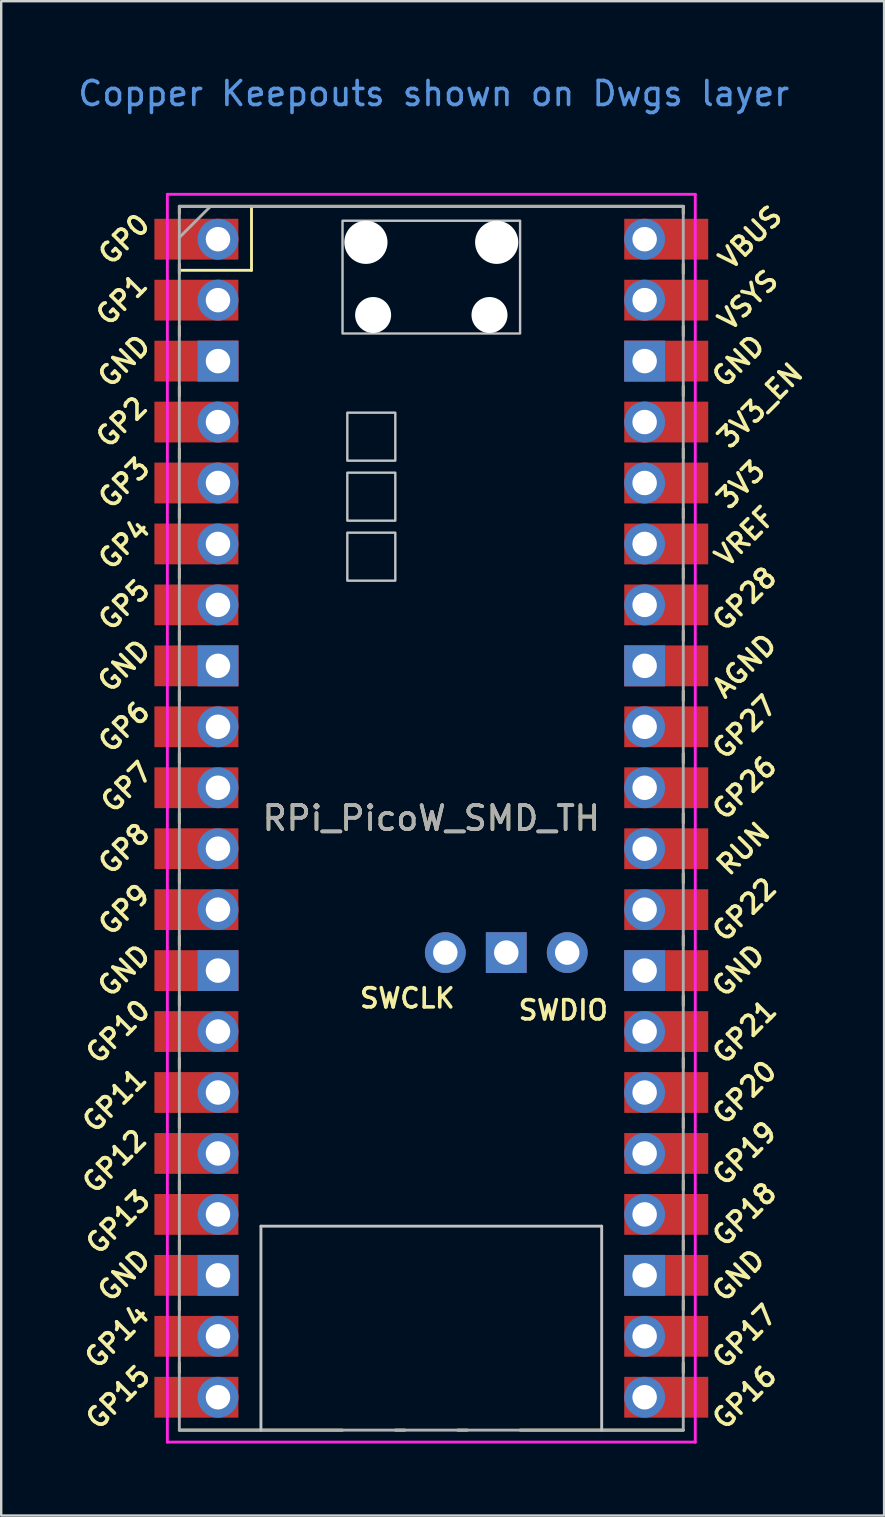
<source format=kicad_pcb>
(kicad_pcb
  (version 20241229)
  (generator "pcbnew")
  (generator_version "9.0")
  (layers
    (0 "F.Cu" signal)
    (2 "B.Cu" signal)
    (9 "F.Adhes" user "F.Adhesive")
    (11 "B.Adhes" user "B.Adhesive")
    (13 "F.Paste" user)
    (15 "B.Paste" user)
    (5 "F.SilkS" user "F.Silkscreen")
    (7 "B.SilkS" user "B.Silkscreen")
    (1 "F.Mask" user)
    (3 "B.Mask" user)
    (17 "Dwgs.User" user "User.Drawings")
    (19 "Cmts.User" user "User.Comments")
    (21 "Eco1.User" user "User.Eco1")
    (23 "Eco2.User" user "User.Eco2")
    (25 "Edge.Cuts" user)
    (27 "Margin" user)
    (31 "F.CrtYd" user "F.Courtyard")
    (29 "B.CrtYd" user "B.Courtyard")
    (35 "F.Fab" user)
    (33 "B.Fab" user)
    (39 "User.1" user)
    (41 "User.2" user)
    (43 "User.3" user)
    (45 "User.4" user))
  (footprint "RPi_PicoW_SMD_TH"
    (layer "F.Cu")
    (at 14.924 31.048)
    (property "Reference" "RPi_PicoW_SMD_TH" (at 0 0 0) (layer "F.SilkS") (effects (font (size 1 1) (thickness 0.15))))
    (attr through_hole)
    (fp_line (start -10.5 -25.5) (end -10.5 -25.2) (stroke (width 0.12) (type solid)) (layer "F.SilkS"))
    (fp_line (start -10.5 -25.5) (end 10.5 -25.5) (stroke (width 0.12) (type solid)) (layer "F.SilkS"))
    (fp_line (start -10.5 -23.1) (end -10.5 -22.7) (stroke (width 0.12) (type solid)) (layer "F.SilkS"))
    (fp_line (start -10.5 -22.833) (end -7.493 -22.833) (stroke (width 0.12) (type solid)) (layer "F.SilkS"))
    (fp_line (start -10.5 -20.5) (end -10.5 -20.1) (stroke (width 0.12) (type solid)) (layer "F.SilkS"))
    (fp_line (start -10.5 -18) (end -10.5 -17.6) (stroke (width 0.12) (type solid)) (layer "F.SilkS"))
    (fp_line (start -10.5 -15.4) (end -10.5 -15) (stroke (width 0.12) (type solid)) (layer "F.SilkS"))
    (fp_line (start -10.5 -12.9) (end -10.5 -12.5) (stroke (width 0.12) (type solid)) (layer "F.SilkS"))
    (fp_line (start -10.5 -10.4) (end -10.5 -10) (stroke (width 0.12) (type solid)) (layer "F.SilkS"))
    (fp_line (start -10.5 -7.8) (end -10.5 -7.4) (stroke (width 0.12) (type solid)) (layer "F.SilkS"))
    (fp_line (start -10.5 -5.3) (end -10.5 -4.9) (stroke (width 0.12) (type solid)) (layer "F.SilkS"))
    (fp_line (start -10.5 -2.7) (end -10.5 -2.3) (stroke (width 0.12) (type solid)) (layer "F.SilkS"))
    (fp_line (start -10.5 -0.2) (end -10.5 0.2) (stroke (width 0.12) (type solid)) (layer "F.SilkS"))
    (fp_line (start -10.5 2.3) (end -10.5 2.7) (stroke (width 0.12) (type solid)) (layer "F.SilkS"))
    (fp_line (start -10.5 4.9) (end -10.5 5.3) (stroke (width 0.12) (type solid)) (layer "F.SilkS"))
    (fp_line (start -10.5 7.4) (end -10.5 7.8) (stroke (width 0.12) (type solid)) (layer "F.SilkS"))
    (fp_line (start -10.5 10) (end -10.5 10.4) (stroke (width 0.12) (type solid)) (layer "F.SilkS"))
    (fp_line (start -10.5 12.5) (end -10.5 12.9) (stroke (width 0.12) (type solid)) (layer "F.SilkS"))
    (fp_line (start -10.5 15.1) (end -10.5 15.5) (stroke (width 0.12) (type solid)) (layer "F.SilkS"))
    (fp_line (start -10.5 17.6) (end -10.5 18) (stroke (width 0.12) (type solid)) (layer "F.SilkS"))
    (fp_line (start -10.5 20.1) (end -10.5 20.5) (stroke (width 0.12) (type solid)) (layer "F.SilkS"))
    (fp_line (start -10.5 22.7) (end -10.5 23.1) (stroke (width 0.12) (type solid)) (layer "F.SilkS"))
    (fp_line (start -7.493 -22.833) (end -7.493 -25.5) (stroke (width 0.12) (type solid)) (layer "F.SilkS"))
    (fp_line (start -3.7 25.5) (end -10.5 25.5) (stroke (width 0.12) (type solid)) (layer "F.SilkS"))
    (fp_line (start -1.5 25.5) (end -1.1 25.5) (stroke (width 0.12) (type solid)) (layer "F.SilkS"))
    (fp_line (start 1.1 25.5) (end 1.5 25.5) (stroke (width 0.12) (type solid)) (layer "F.SilkS"))
    (fp_line (start 10.5 -25.5) (end 10.5 -25.2) (stroke (width 0.12) (type solid)) (layer "F.SilkS"))
    (fp_line (start 10.5 -23.1) (end 10.5 -22.7) (stroke (width 0.12) (type solid)) (layer "F.SilkS"))
    (fp_line (start 10.5 -20.5) (end 10.5 -20.1) (stroke (width 0.12) (type solid)) (layer "F.SilkS"))
    (fp_line (start 10.5 -18) (end 10.5 -17.6) (stroke (width 0.12) (type solid)) (layer "F.SilkS"))
    (fp_line (start 10.5 -15.4) (end 10.5 -15) (stroke (width 0.12) (type solid)) (layer "F.SilkS"))
    (fp_line (start 10.5 -12.9) (end 10.5 -12.5) (stroke (width 0.12) (type solid)) (layer "F.SilkS"))
    (fp_line (start 10.5 -10.4) (end 10.5 -10) (stroke (width 0.12) (type solid)) (layer "F.SilkS"))
    (fp_line (start 10.5 -7.8) (end 10.5 -7.4) (stroke (width 0.12) (type solid)) (layer "F.SilkS"))
    (fp_line (start 10.5 -5.3) (end 10.5 -4.9) (stroke (width 0.12) (type solid)) (layer "F.SilkS"))
    (fp_line (start 10.5 -2.7) (end 10.5 -2.3) (stroke (width 0.12) (type solid)) (layer "F.SilkS"))
    (fp_line (start 10.5 -0.2) (end 10.5 0.2) (stroke (width 0.12) (type solid)) (layer "F.SilkS"))
    (fp_line (start 10.5 2.3) (end 10.5 2.7) (stroke (width 0.12) (type solid)) (layer "F.SilkS"))
    (fp_line (start 10.5 4.9) (end 10.5 5.3) (stroke (width 0.12) (type solid)) (layer "F.SilkS"))
    (fp_line (start 10.5 7.4) (end 10.5 7.8) (stroke (width 0.12) (type solid)) (layer "F.SilkS"))
    (fp_line (start 10.5 10) (end 10.5 10.4) (stroke (width 0.12) (type solid)) (layer "F.SilkS"))
    (fp_line (start 10.5 12.5) (end 10.5 12.9) (stroke (width 0.12) (type solid)) (layer "F.SilkS"))
    (fp_line (start 10.5 15.1) (end 10.5 15.5) (stroke (width 0.12) (type solid)) (layer "F.SilkS"))
    (fp_line (start 10.5 17.6) (end 10.5 18) (stroke (width 0.12) (type solid)) (layer "F.SilkS"))
    (fp_line (start 10.5 20.1) (end 10.5 20.5) (stroke (width 0.12) (type solid)) (layer "F.SilkS"))
    (fp_line (start 10.5 22.7) (end 10.5 23.1) (stroke (width 0.12) (type solid)) (layer "F.SilkS"))
    (fp_line (start 10.5 25.5) (end 3.7 25.5) (stroke (width 0.12) (type solid)) (layer "F.SilkS"))
    (fp_line (start -7.1 17) (end 7.1 17) (stroke (width 0.12) (type solid)) (layer "Dwgs.User"))
    (fp_line (start -7.1 25.5) (end -7.1 17) (stroke (width 0.12) (type solid)) (layer "Dwgs.User"))
    (fp_line (start 7.1 17) (end 7.1 25.5) (stroke (width 0.12) (type solid)) (layer "Dwgs.User"))
    (fp_poly (pts (xy -1.5 -14.9) (xy -3.5 -14.9) (xy -3.5 -16.9) (xy -1.5 -16.9)) (stroke (width 0.1) (type solid)) (fill no) (layer "Dwgs.User"))
    (fp_poly (pts (xy -1.5 -12.4) (xy -3.5 -12.4) (xy -3.5 -14.4) (xy -1.5 -14.4)) (stroke (width 0.1) (type solid)) (fill no) (layer "Dwgs.User"))
    (fp_poly (pts (xy -1.5 -9.9) (xy -3.5 -9.9) (xy -3.5 -11.9) (xy -1.5 -11.9)) (stroke (width 0.1) (type solid)) (fill no) (layer "Dwgs.User"))
    (fp_poly (pts (xy 3.7 -20.2) (xy -3.7 -20.2) (xy -3.7 -24.9) (xy 3.7 -24.9)) (stroke (width 0.1) (type solid)) (fill no) (layer "Dwgs.User"))
    (fp_line (start -11 -26) (end 11 -26) (stroke (width 0.12) (type solid)) (layer "F.CrtYd"))
    (fp_line (start -11 26) (end -11 -26) (stroke (width 0.12) (type solid)) (layer "F.CrtYd"))
    (fp_line (start 11 -26) (end 11 26) (stroke (width 0.12) (type solid)) (layer "F.CrtYd"))
    (fp_line (start 11 26) (end -11 26) (stroke (width 0.12) (type solid)) (layer "F.CrtYd"))
    (fp_line (start -10.5 -25.5) (end 10.5 -25.5) (stroke (width 0.12) (type solid)) (layer "F.Fab"))
    (fp_line (start -10.5 -24.2) (end -9.2 -25.5) (stroke (width 0.12) (type solid)) (layer "F.Fab"))
    (fp_line (start -10.5 25.5) (end -10.5 -25.5) (stroke (width 0.12) (type solid)) (layer "F.Fab"))
    (fp_line (start 10.5 -25.5) (end 10.5 25.5) (stroke (width 0.12) (type solid)) (layer "F.Fab"))
    (fp_line (start 10.5 25.5) (end -10.5 25.5) (stroke (width 0.12) (type solid)) (layer "F.Fab"))
    (fp_text user "GP7" (at -12.7 -1.3 45) (layer "F.SilkS") (effects (font (size 0.8 0.8) (thickness 0.15))))
    (fp_text user "GP16" (at 13.054 24.13 45) (layer "F.SilkS") (effects (font (size 0.8 0.8) (thickness 0.15))))
    (fp_text user "GP27" (at 13.054 -3.8 45) (layer "F.SilkS") (effects (font (size 0.8 0.8) (thickness 0.15))))
    (fp_text user "GP20" (at 13.054 11.43 45) (layer "F.SilkS") (effects (font (size 0.8 0.8) (thickness 0.15))))
    (fp_text user "GP12" (at -13.2 14.293 45) (layer "F.SilkS") (effects (font (size 0.8 0.8) (thickness 0.15))))
    (fp_text user "3V3_EN" (at 13.7 -17.2 45) (layer "F.SilkS") (effects (font (size 0.8 0.8) (thickness 0.15))))
    (fp_text user "GP14" (at -13.1 21.59 45) (layer "F.SilkS") (effects (font (size 0.8 0.8) (thickness 0.15))))
    (fp_text user "GP21" (at 13.054 8.9 45) (layer "F.SilkS") (effects (font (size 0.8 0.8) (thickness 0.15))))
    (fp_text user "SWDIO" (at 5.5 8 0) (layer "F.SilkS") (effects (font (size 0.8 0.8) (thickness 0.15))))
    (fp_text user "GP5" (at -12.8 -8.89 45) (layer "F.SilkS") (effects (font (size 0.8 0.8) (thickness 0.15))))
    (fp_text user "GP19" (at 13.054 13.97 45) (layer "F.SilkS") (effects (font (size 0.8 0.8) (thickness 0.15))))
    (fp_text user "GP18" (at 13.054 16.51 45) (layer "F.SilkS") (effects (font (size 0.8 0.8) (thickness 0.15))))
    (fp_text user "GND" (at 12.8 19.05 45) (layer "F.SilkS") (effects (font (size 0.8 0.8) (thickness 0.15))))
    (fp_text user "GP6" (at -12.8 -3.81 45) (layer "F.SilkS") (effects (font (size 0.8 0.8) (thickness 0.15))))
    (fp_text user "GND" (at 12.8 -19.05 45) (layer "F.SilkS") (effects (font (size 0.8 0.8) (thickness 0.15))))
    (fp_text user "GP0" (at -12.8 -24.13 45) (layer "F.SilkS") (effects (font (size 0.8 0.8) (thickness 0.15))))
    (fp_text user "3V3" (at 12.9 -13.9 45) (layer "F.SilkS") (effects (font (size 0.8 0.8) (thickness 0.15))))
    (fp_text user "GP1" (at -12.9 -21.6 45) (layer "F.SilkS") (effects (font (size 0.8 0.8) (thickness 0.15))))
    (fp_text user "GP22" (at 13.054 3.81 45) (layer "F.SilkS") (effects (font (size 0.8 0.8) (thickness 0.15))))
    (fp_text user "GP8" (at -12.8 1.27 45) (layer "F.SilkS") (effects (font (size 0.8 0.8) (thickness 0.15))))
    (fp_text user "GP26" (at 13.054 -1.27 45) (layer "F.SilkS") (effects (font (size 0.8 0.8) (thickness 0.15))))
    (fp_text user "GND" (at -12.8 -6.35 45) (layer "F.SilkS") (effects (font (size 0.8 0.8) (thickness 0.15))))
    (fp_text user "GND" (at -12.8 6.35 45) (layer "F.SilkS") (effects (font (size 0.8 0.8) (thickness 0.15))))
    (fp_text user "SWCLK" (at -1 7.5 0) (layer "F.SilkS") (effects (font (size 0.8 0.8) (thickness 0.15))))
    (fp_text user "GP28" (at 13.054 -9.144 45) (layer "F.SilkS") (effects (font (size 0.8 0.8) (thickness 0.15))))
    (fp_text user "AGND" (at 13.054 -6.35 45) (layer "F.SilkS") (effects (font (size 0.8 0.8) (thickness 0.15))))
    (fp_text user "VREF" (at 13.068 -11.742 45) (layer "F.SilkS") (effects (font (size 0.8 0.8) (thickness 0.15))))
    (fp_text user "GP3" (at -12.8 -13.97 45) (layer "F.SilkS") (effects (font (size 0.8 0.8) (thickness 0.15))))
    (fp_text user "GP11" (at -13.2 11.752 45) (layer "F.SilkS") (effects (font (size 0.8 0.8) (thickness 0.15))))
    (fp_text user "RUN" (at 13 1.27 45) (layer "F.SilkS") (effects (font (size 0.8 0.8) (thickness 0.15))))
    (fp_text user "GP10" (at -13.054 8.89 45) (layer "F.SilkS") (effects (font (size 0.8 0.8) (thickness 0.15))))
    (fp_text user "VSYS" (at 13.2 -21.59 45) (layer "F.SilkS") (effects (font (size 0.8 0.8) (thickness 0.15))))
    (fp_text user "VBUS" (at 13.3 -24.2 45) (layer "F.SilkS") (effects (font (size 0.8 0.8) (thickness 0.15))))
    (fp_text user "GP2" (at -12.9 -16.51 45) (layer "F.SilkS") (effects (font (size 0.8 0.8) (thickness 0.15))))
    (fp_text user "GP9" (at -12.8 3.81 45) (layer "F.SilkS") (effects (font (size 0.8 0.8) (thickness 0.15))))
    (fp_text user "GND" (at 12.8 6.35 45) (layer "F.SilkS") (effects (font (size 0.8 0.8) (thickness 0.15))))
    (fp_text user "GP17" (at 13.054 21.59 45) (layer "F.SilkS") (effects (font (size 0.8 0.8) (thickness 0.15))))
    (fp_text user "GP4" (at -12.8 -11.43 45) (layer "F.SilkS") (effects (font (size 0.8 0.8) (thickness 0.15))))
    (fp_text user "GND" (at -12.8 19.05 45) (layer "F.SilkS") (effects (font (size 0.8 0.8) (thickness 0.15))))
    (fp_text user "GP13" (at -13.054 16.832 45) (layer "F.SilkS") (effects (font (size 0.8 0.8) (thickness 0.15))))
    (fp_text user "GP15" (at -13.054 24.13 45) (layer "F.SilkS") (effects (font (size 0.8 0.8) (thickness 0.15))))
    (fp_text user "GND" (at -12.8 -19.05 45) (layer "F.SilkS") (effects (font (size 0.8 0.8) (thickness 0.15))))
    (fp_text user "Copper Keepouts shown on Dwgs layer" (at 0.1 -30.2 0) (layer "Cmts.User") (effects (font (size 1 1) (thickness 0.15))))
    (fp_text user "${REFERENCE}" (at 0 0 180) (layer "F.Fab") (effects (font (size 1 1) (thickness 0.15))))
    (pad "" np_thru_hole oval (at -2.725 -24) (size 1.8 1.8) (drill 1.8) (layers "*.Cu" "*.Mask"))
    (pad "" np_thru_hole oval (at -2.425 -20.97) (size 1.5 1.5) (drill 1.5) (layers "*.Cu" "*.Mask"))
    (pad "" np_thru_hole oval (at 2.425 -20.97) (size 1.5 1.5) (drill 1.5) (layers "*.Cu" "*.Mask"))
    (pad "" np_thru_hole oval (at 2.725 -24) (size 1.8 1.8) (drill 1.8) (layers "*.Cu" "*.Mask"))
    (pad "1" thru_hole oval (at -8.89 -24.13) (size 1.7 1.7) (drill 1.02) (layers "*.Cu" "*.Mask"))
    (pad "1" smd rect (at -8.89 -24.13) (size 3.5 1.7) (drill (offset -0.9 0)) (layers "F.Cu" "F.Mask"))
    (pad "2" thru_hole oval (at -8.89 -21.59) (size 1.7 1.7) (drill 1.02) (layers "*.Cu" "*.Mask"))
    (pad "2" smd rect (at -8.89 -21.59) (size 3.5 1.7) (drill (offset -0.9 0)) (layers "F.Cu" "F.Mask"))
    (pad "3" thru_hole rect (at -8.89 -19.05) (size 1.7 1.7) (drill 1.02) (layers "*.Cu" "*.Mask"))
    (pad "3" smd rect (at -8.89 -19.05) (size 3.5 1.7) (drill (offset -0.9 0)) (layers "F.Cu" "F.Mask"))
    (pad "4" thru_hole oval (at -8.89 -16.51) (size 1.7 1.7) (drill 1.02) (layers "*.Cu" "*.Mask"))
    (pad "4" smd rect (at -8.89 -16.51) (size 3.5 1.7) (drill (offset -0.9 0)) (layers "F.Cu" "F.Mask"))
    (pad "5" thru_hole oval (at -8.89 -13.97) (size 1.7 1.7) (drill 1.02) (layers "*.Cu" "*.Mask"))
    (pad "5" smd rect (at -8.89 -13.97) (size 3.5 1.7) (drill (offset -0.9 0)) (layers "F.Cu" "F.Mask"))
    (pad "6" thru_hole oval (at -8.89 -11.43) (size 1.7 1.7) (drill 1.02) (layers "*.Cu" "*.Mask"))
    (pad "6" smd rect (at -8.89 -11.43) (size 3.5 1.7) (drill (offset -0.9 0)) (layers "F.Cu" "F.Mask"))
    (pad "7" thru_hole oval (at -8.89 -8.89) (size 1.7 1.7) (drill 1.02) (layers "*.Cu" "*.Mask"))
    (pad "7" smd rect (at -8.89 -8.89) (size 3.5 1.7) (drill (offset -0.9 0)) (layers "F.Cu" "F.Mask"))
    (pad "8" thru_hole rect (at -8.89 -6.35) (size 1.7 1.7) (drill 1.02) (layers "*.Cu" "*.Mask"))
    (pad "8" smd rect (at -8.89 -6.35) (size 3.5 1.7) (drill (offset -0.9 0)) (layers "F.Cu" "F.Mask"))
    (pad "9" thru_hole oval (at -8.89 -3.81) (size 1.7 1.7) (drill 1.02) (layers "*.Cu" "*.Mask"))
    (pad "9" smd rect (at -8.89 -3.81) (size 3.5 1.7) (drill (offset -0.9 0)) (layers "F.Cu" "F.Mask"))
    (pad "10" thru_hole oval (at -8.89 -1.27) (size 1.7 1.7) (drill 1.02) (layers "*.Cu" "*.Mask"))
    (pad "10" smd rect (at -8.89 -1.27) (size 3.5 1.7) (drill (offset -0.9 0)) (layers "F.Cu" "F.Mask"))
    (pad "11" thru_hole oval (at -8.89 1.27) (size 1.7 1.7) (drill 1.02) (layers "*.Cu" "*.Mask"))
    (pad "11" smd rect (at -8.89 1.27) (size 3.5 1.7) (drill (offset -0.9 0)) (layers "F.Cu" "F.Mask"))
    (pad "12" thru_hole oval (at -8.89 3.81) (size 1.7 1.7) (drill 1.02) (layers "*.Cu" "*.Mask"))
    (pad "12" smd rect (at -8.89 3.81) (size 3.5 1.7) (drill (offset -0.9 0)) (layers "F.Cu" "F.Mask"))
    (pad "13" thru_hole rect (at -8.89 6.35) (size 1.7 1.7) (drill 1.02) (layers "*.Cu" "*.Mask"))
    (pad "13" smd rect (at -8.89 6.35) (size 3.5 1.7) (drill (offset -0.9 0)) (layers "F.Cu" "F.Mask"))
    (pad "14" thru_hole oval (at -8.89 8.89) (size 1.7 1.7) (drill 1.02) (layers "*.Cu" "*.Mask"))
    (pad "14" smd rect (at -8.89 8.89) (size 3.5 1.7) (drill (offset -0.9 0)) (layers "F.Cu" "F.Mask"))
    (pad "15" thru_hole oval (at -8.89 11.43) (size 1.7 1.7) (drill 1.02) (layers "*.Cu" "*.Mask"))
    (pad "15" smd rect (at -8.89 11.43) (size 3.5 1.7) (drill (offset -0.9 0)) (layers "F.Cu" "F.Mask"))
    (pad "16" thru_hole oval (at -8.89 13.97) (size 1.7 1.7) (drill 1.02) (layers "*.Cu" "*.Mask"))
    (pad "16" smd rect (at -8.89 13.97) (size 3.5 1.7) (drill (offset -0.9 0)) (layers "F.Cu" "F.Mask"))
    (pad "17" thru_hole oval (at -8.89 16.51) (size 1.7 1.7) (drill 1.02) (layers "*.Cu" "*.Mask"))
    (pad "17" smd rect (at -8.89 16.51) (size 3.5 1.7) (drill (offset -0.9 0)) (layers "F.Cu" "F.Mask"))
    (pad "18" thru_hole rect (at -8.89 19.05) (size 1.7 1.7) (drill 1.02) (layers "*.Cu" "*.Mask"))
    (pad "18" smd rect (at -8.89 19.05) (size 3.5 1.7) (drill (offset -0.9 0)) (layers "F.Cu" "F.Mask"))
    (pad "19" thru_hole oval (at -8.89 21.59) (size 1.7 1.7) (drill 1.02) (layers "*.Cu" "*.Mask"))
    (pad "19" smd rect (at -8.89 21.59) (size 3.5 1.7) (drill (offset -0.9 0)) (layers "F.Cu" "F.Mask"))
    (pad "20" thru_hole oval (at -8.89 24.13) (size 1.7 1.7) (drill 1.02) (layers "*.Cu" "*.Mask"))
    (pad "20" smd rect (at -8.89 24.13) (size 3.5 1.7) (drill (offset -0.9 0)) (layers "F.Cu" "F.Mask"))
    (pad "21" thru_hole oval (at 8.89 24.13) (size 1.7 1.7) (drill 1.02) (layers "*.Cu" "*.Mask"))
    (pad "21" smd rect (at 8.89 24.13) (size 3.5 1.7) (drill (offset 0.9 0)) (layers "F.Cu" "F.Mask"))
    (pad "22" thru_hole oval (at 8.89 21.59) (size 1.7 1.7) (drill 1.02) (layers "*.Cu" "*.Mask"))
    (pad "22" smd rect (at 8.89 21.59) (size 3.5 1.7) (drill (offset 0.9 0)) (layers "F.Cu" "F.Mask"))
    (pad "23" thru_hole rect (at 8.89 19.05) (size 1.7 1.7) (drill 1.02) (layers "*.Cu" "*.Mask"))
    (pad "23" smd rect (at 8.89 19.05) (size 3.5 1.7) (drill (offset 0.9 0)) (layers "F.Cu" "F.Mask"))
    (pad "24" thru_hole oval (at 8.89 16.51) (size 1.7 1.7) (drill 1.02) (layers "*.Cu" "*.Mask"))
    (pad "24" smd rect (at 8.89 16.51) (size 3.5 1.7) (drill (offset 0.9 0)) (layers "F.Cu" "F.Mask"))
    (pad "25" thru_hole oval (at 8.89 13.97) (size 1.7 1.7) (drill 1.02) (layers "*.Cu" "*.Mask"))
    (pad "25" smd rect (at 8.89 13.97) (size 3.5 1.7) (drill (offset 0.9 0)) (layers "F.Cu" "F.Mask"))
    (pad "26" thru_hole oval (at 8.89 11.43) (size 1.7 1.7) (drill 1.02) (layers "*.Cu" "*.Mask"))
    (pad "26" smd rect (at 8.89 11.43) (size 3.5 1.7) (drill (offset 0.9 0)) (layers "F.Cu" "F.Mask"))
    (pad "27" thru_hole oval (at 8.89 8.89) (size 1.7 1.7) (drill 1.02) (layers "*.Cu" "*.Mask"))
    (pad "27" smd rect (at 8.89 8.89) (size 3.5 1.7) (drill (offset 0.9 0)) (layers "F.Cu" "F.Mask"))
    (pad "28" thru_hole rect (at 8.89 6.35) (size 1.7 1.7) (drill 1.02) (layers "*.Cu" "*.Mask"))
    (pad "28" smd rect (at 8.89 6.35) (size 3.5 1.7) (drill (offset 0.9 0)) (layers "F.Cu" "F.Mask"))
    (pad "29" thru_hole oval (at 8.89 3.81) (size 1.7 1.7) (drill 1.02) (layers "*.Cu" "*.Mask"))
    (pad "29" smd rect (at 8.89 3.81) (size 3.5 1.7) (drill (offset 0.9 0)) (layers "F.Cu" "F.Mask"))
    (pad "30" thru_hole oval (at 8.89 1.27) (size 1.7 1.7) (drill 1.02) (layers "*.Cu" "*.Mask"))
    (pad "30" smd rect (at 8.89 1.27) (size 3.5 1.7) (drill (offset 0.9 0)) (layers "F.Cu" "F.Mask"))
    (pad "31" thru_hole oval (at 8.89 -1.27) (size 1.7 1.7) (drill 1.02) (layers "*.Cu" "*.Mask"))
    (pad "31" smd rect (at 8.89 -1.27) (size 3.5 1.7) (drill (offset 0.9 0)) (layers "F.Cu" "F.Mask"))
    (pad "32" thru_hole oval (at 8.89 -3.81) (size 1.7 1.7) (drill 1.02) (layers "*.Cu" "*.Mask"))
    (pad "32" smd rect (at 8.89 -3.81) (size 3.5 1.7) (drill (offset 0.9 0)) (layers "F.Cu" "F.Mask"))
    (pad "33" thru_hole rect (at 8.89 -6.35) (size 1.7 1.7) (drill 1.02) (layers "*.Cu" "*.Mask"))
    (pad "33" smd rect (at 8.89 -6.35) (size 3.5 1.7) (drill (offset 0.9 0)) (layers "F.Cu" "F.Mask"))
    (pad "34" thru_hole oval (at 8.89 -8.89) (size 1.7 1.7) (drill 1.02) (layers "*.Cu" "*.Mask"))
    (pad "34" smd rect (at 8.89 -8.89) (size 3.5 1.7) (drill (offset 0.9 0)) (layers "F.Cu" "F.Mask"))
    (pad "35" thru_hole oval (at 8.89 -11.43) (size 1.7 1.7) (drill 1.02) (layers "*.Cu" "*.Mask"))
    (pad "35" smd rect (at 8.89 -11.43) (size 3.5 1.7) (drill (offset 0.9 0)) (layers "F.Cu" "F.Mask"))
    (pad "36" thru_hole oval (at 8.89 -13.97) (size 1.7 1.7) (drill 1.02) (layers "*.Cu" "*.Mask"))
    (pad "36" smd rect (at 8.89 -13.97) (size 3.5 1.7) (drill (offset 0.9 0)) (layers "F.Cu" "F.Mask"))
    (pad "37" thru_hole oval (at 8.89 -16.51) (size 1.7 1.7) (drill 1.02) (layers "*.Cu" "*.Mask"))
    (pad "37" smd rect (at 8.89 -16.51) (size 3.5 1.7) (drill (offset 0.9 0)) (layers "F.Cu" "F.Mask"))
    (pad "38" thru_hole rect (at 8.89 -19.05) (size 1.7 1.7) (drill 1.02) (layers "*.Cu" "*.Mask"))
    (pad "38" smd rect (at 8.89 -19.05) (size 3.5 1.7) (drill (offset 0.9 0)) (layers "F.Cu" "F.Mask"))
    (pad "39" thru_hole oval (at 8.89 -21.59) (size 1.7 1.7) (drill 1.02) (layers "*.Cu" "*.Mask"))
    (pad "39" smd rect (at 8.89 -21.59) (size 3.5 1.7) (drill (offset 0.9 0)) (layers "F.Cu" "F.Mask"))
    (pad "40" thru_hole oval (at 8.89 -24.13) (size 1.7 1.7) (drill 1.02) (layers "*.Cu" "*.Mask"))
    (pad "40" smd rect (at 8.89 -24.13) (size 3.5 1.7) (drill (offset 0.9 0)) (layers "F.Cu" "F.Mask"))
    (pad "41" thru_hole oval (at 0.584 5.6) (size 1.7 1.7) (drill 1.02) (layers "*.Cu" "*.Mask"))
    (pad "42" thru_hole rect (at 3.124 5.6) (size 1.7 1.7) (drill 1.02) (layers "*.Cu" "*.Mask"))
    (pad "43" thru_hole oval (at 5.664 5.6) (size 1.7 1.7) (drill 1.02) (layers "*.Cu" "*.Mask")))
  (gr_rect
    (start -3 -3)
    (end 33.793 60.108)
    (stroke (width 0.1) (type default))
    (fill no)
    (layer "Edge.Cuts")))
</source>
